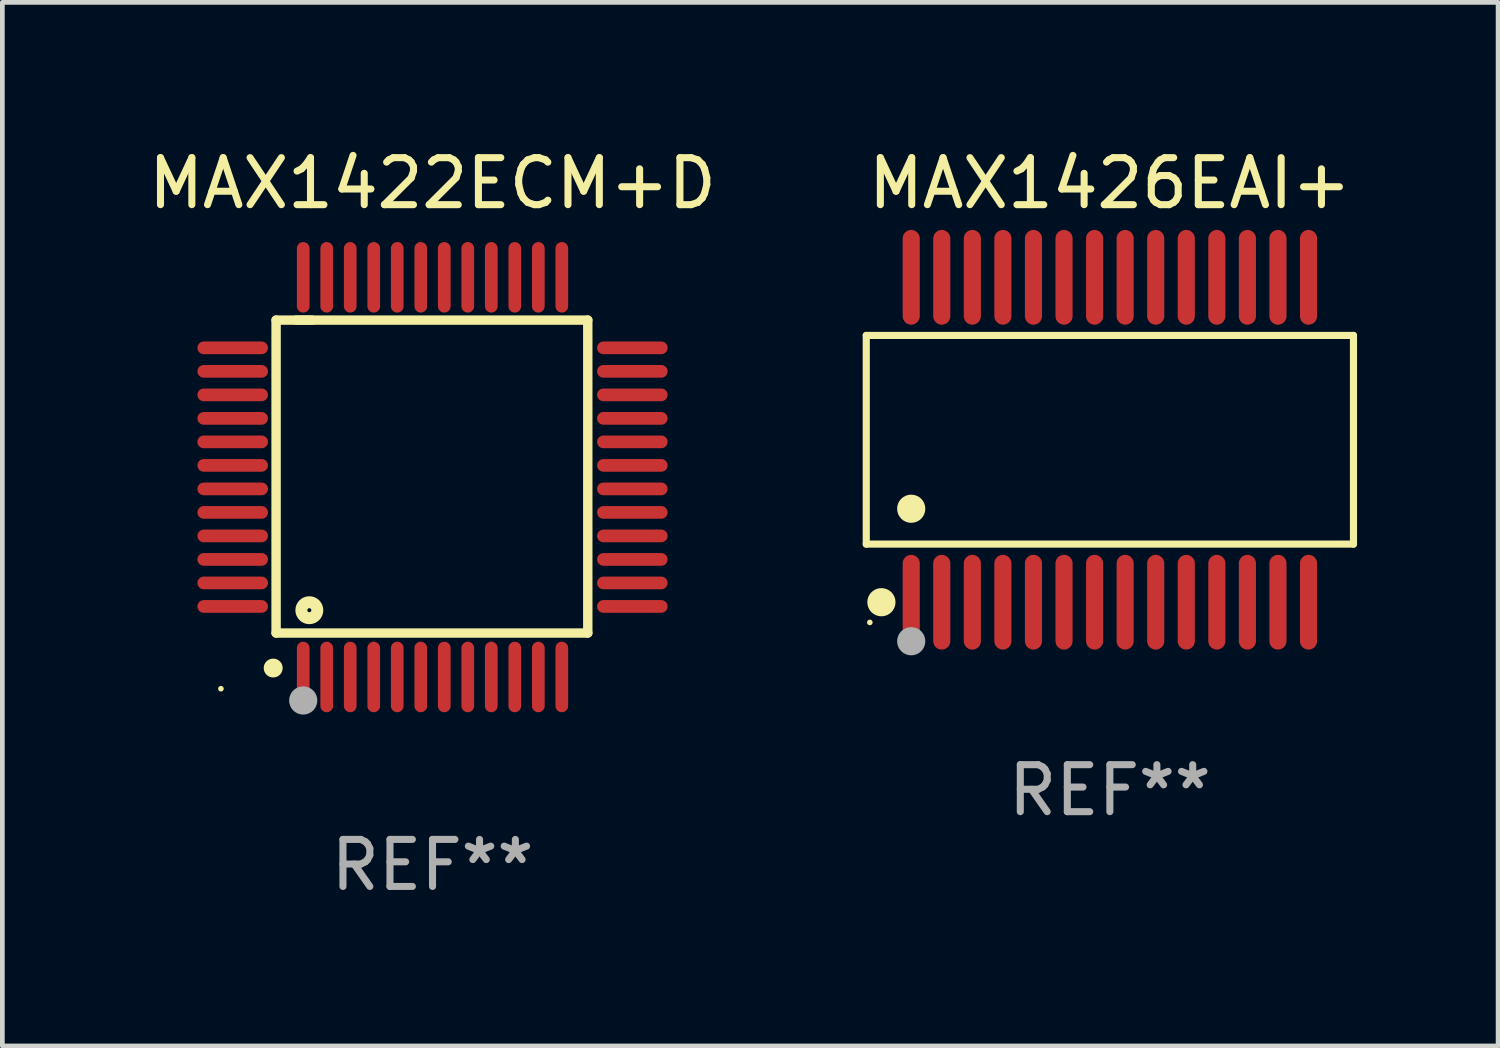
<source format=kicad_pcb>
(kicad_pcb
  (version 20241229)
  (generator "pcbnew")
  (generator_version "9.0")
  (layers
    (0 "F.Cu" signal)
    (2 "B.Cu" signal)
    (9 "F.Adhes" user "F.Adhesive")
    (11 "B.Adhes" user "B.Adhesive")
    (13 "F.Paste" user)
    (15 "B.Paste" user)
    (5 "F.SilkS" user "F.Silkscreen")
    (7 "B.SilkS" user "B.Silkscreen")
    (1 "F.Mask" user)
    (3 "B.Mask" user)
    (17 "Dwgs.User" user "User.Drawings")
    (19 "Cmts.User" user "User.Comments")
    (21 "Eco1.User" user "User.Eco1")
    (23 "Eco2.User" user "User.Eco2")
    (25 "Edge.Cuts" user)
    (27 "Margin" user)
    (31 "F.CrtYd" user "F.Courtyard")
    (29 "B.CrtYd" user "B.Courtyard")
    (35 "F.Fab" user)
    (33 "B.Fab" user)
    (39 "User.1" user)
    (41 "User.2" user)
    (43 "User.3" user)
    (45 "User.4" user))
  (footprint "MAX1426EAI+"
    (layer "F.Cu")
    (at 20.555 6.303)
    (property "Reference" "MAX1426EAI+" (at 0 -5.455 0) (layer "F.SilkS") (effects (font (size 1 1) (thickness 0.15))))
    (attr through_hole)
    (fp_line (start -5.181 -2.219) (end 5.181 -2.219) (stroke (width 0.152) (type solid)) (layer "F.SilkS"))
    (fp_line (start -5.181 2.219) (end -5.181 -2.219) (stroke (width 0.152) (type solid)) (layer "F.SilkS"))
    (fp_line (start 5.181 -2.219) (end 5.181 2.219) (stroke (width 0.152) (type solid)) (layer "F.SilkS"))
    (fp_line (start 5.181 2.219) (end -5.181 2.219) (stroke (width 0.152) (type solid)) (layer "F.SilkS"))
    (fp_circle (center -5.105 3.885) (end -5.075 3.885) (stroke (width 0.06) (type solid)) (fill no) (layer "F.SilkS"))
    (fp_circle (center -4.859 3.455) (end -4.709 3.455) (stroke (width 0.3) (type solid)) (fill no) (layer "F.SilkS"))
    (fp_circle (center -4.225 1.467) (end -4.075 1.467) (stroke (width 0.3) (type solid)) (fill no) (layer "F.SilkS"))
    (fp_circle (center -4.225 4.285) (end -4.075 4.285) (stroke (width 0.3) (type solid)) (fill no) (layer "F.Fab"))
    (fp_text user "REF**" (at 0 7.455 0) (layer "F.Fab") (effects (font (size 1 1) (thickness 0.15))))
    (pad "1" smd oval (at -4.225 3.455) (size 0.364 2.015) (layers "F.Cu" "F.Mask" "F.Paste"))
    (pad "2" smd oval (at -3.575 3.455) (size 0.364 2.015) (layers "F.Cu" "F.Mask" "F.Paste"))
    (pad "3" smd oval (at -2.925 3.455) (size 0.364 2.015) (layers "F.Cu" "F.Mask" "F.Paste"))
    (pad "4" smd oval (at -2.275 3.455) (size 0.364 2.015) (layers "F.Cu" "F.Mask" "F.Paste"))
    (pad "5" smd oval (at -1.625 3.455) (size 0.364 2.015) (layers "F.Cu" "F.Mask" "F.Paste"))
    (pad "6" smd oval (at -0.975 3.455) (size 0.364 2.015) (layers "F.Cu" "F.Mask" "F.Paste"))
    (pad "7" smd oval (at -0.325 3.455) (size 0.364 2.015) (layers "F.Cu" "F.Mask" "F.Paste"))
    (pad "8" smd oval (at 0.325 3.455) (size 0.364 2.015) (layers "F.Cu" "F.Mask" "F.Paste"))
    (pad "9" smd oval (at 0.975 3.455) (size 0.364 2.015) (layers "F.Cu" "F.Mask" "F.Paste"))
    (pad "10" smd oval (at 1.625 3.455) (size 0.364 2.015) (layers "F.Cu" "F.Mask" "F.Paste"))
    (pad "11" smd oval (at 2.275 3.455) (size 0.364 2.015) (layers "F.Cu" "F.Mask" "F.Paste"))
    (pad "12" smd oval (at 2.925 3.455) (size 0.364 2.015) (layers "F.Cu" "F.Mask" "F.Paste"))
    (pad "13" smd oval (at 3.575 3.455) (size 0.364 2.015) (layers "F.Cu" "F.Mask" "F.Paste"))
    (pad "14" smd oval (at 4.225 3.455) (size 0.364 2.015) (layers "F.Cu" "F.Mask" "F.Paste"))
    (pad "15" smd oval (at 4.225 -3.455) (size 0.364 2.015) (layers "F.Cu" "F.Mask" "F.Paste"))
    (pad "16" smd oval (at 3.575 -3.455) (size 0.364 2.015) (layers "F.Cu" "F.Mask" "F.Paste"))
    (pad "17" smd oval (at 2.925 -3.455) (size 0.364 2.015) (layers "F.Cu" "F.Mask" "F.Paste"))
    (pad "18" smd oval (at 2.275 -3.455) (size 0.364 2.015) (layers "F.Cu" "F.Mask" "F.Paste"))
    (pad "19" smd oval (at 1.625 -3.455) (size 0.364 2.015) (layers "F.Cu" "F.Mask" "F.Paste"))
    (pad "20" smd oval (at 0.975 -3.455) (size 0.364 2.015) (layers "F.Cu" "F.Mask" "F.Paste"))
    (pad "21" smd oval (at 0.325 -3.455) (size 0.364 2.015) (layers "F.Cu" "F.Mask" "F.Paste"))
    (pad "22" smd oval (at -0.325 -3.455) (size 0.364 2.015) (layers "F.Cu" "F.Mask" "F.Paste"))
    (pad "23" smd oval (at -0.975 -3.455) (size 0.364 2.015) (layers "F.Cu" "F.Mask" "F.Paste"))
    (pad "24" smd oval (at -1.625 -3.455) (size 0.364 2.015) (layers "F.Cu" "F.Mask" "F.Paste"))
    (pad "25" smd oval (at -2.275 -3.455) (size 0.364 2.015) (layers "F.Cu" "F.Mask" "F.Paste"))
    (pad "26" smd oval (at -2.925 -3.455) (size 0.364 2.015) (layers "F.Cu" "F.Mask" "F.Paste"))
    (pad "27" smd oval (at -3.575 -3.455) (size 0.364 2.015) (layers "F.Cu" "F.Mask" "F.Paste"))
    (pad "28" smd oval (at -4.225 -3.455) (size 0.364 2.015) (layers "F.Cu" "F.Mask" "F.Paste")))
  (footprint "MAX1422ECM+D"
    (layer "F.Cu")
    (at 6.149 7.098)
    (property "Reference" "MAX1422ECM+D" (at 0 -6.25 0) (layer "F.SilkS") (effects (font (size 1 1) (thickness 0.15))))
    (attr through_hole)
    (fp_line (start -3.327 -3.34) (end -2.565 -3.34) (stroke (width 0.2) (type solid)) (layer "F.SilkS"))
    (fp_line (start -3.327 3.315) (end -3.327 -3.34) (stroke (width 0.2) (type solid)) (layer "F.SilkS"))
    (fp_line (start -2.896 -3.34) (end 3.302 -3.34) (stroke (width 0.2) (type solid)) (layer "F.SilkS"))
    (fp_line (start 3.302 -3.34) (end 3.302 3.315) (stroke (width 0.2) (type solid)) (layer "F.SilkS"))
    (fp_line (start 3.302 3.315) (end -3.327 3.315) (stroke (width 0.2) (type solid)) (layer "F.SilkS"))
    (fp_arc (start -3.389992 4.059995) (mid -3.388722 4.059991) (end -3.387452 4.059995) (stroke (width 0.4) (type solid)) (layer "F.SilkS"))
    (fp_circle (center -4.5 4.5) (end -4.47 4.5) (stroke (width 0.06) (type solid)) (fill no) (layer "F.SilkS"))
    (fp_circle (center -2.62 2.83) (end -2.45 2.83) (stroke (width 0.254) (type solid)) (fill no) (layer "F.SilkS"))
    (fp_circle (center -2.75 4.75) (end -2.6 4.75) (stroke (width 0.3) (type solid)) (fill no) (layer "F.Fab"))
    (fp_text user "REF**" (at 0 8.25 0) (layer "F.Fab") (effects (font (size 1 1) (thickness 0.15))))
    (pad "1" smd oval (at -2.75 4.25) (size 0.27 1.5) (layers "F.Cu" "F.Mask" "F.Paste"))
    (pad "2" smd oval (at -2.25 4.25) (size 0.27 1.5) (layers "F.Cu" "F.Mask" "F.Paste"))
    (pad "3" smd oval (at -1.75 4.25) (size 0.27 1.5) (layers "F.Cu" "F.Mask" "F.Paste"))
    (pad "4" smd oval (at -1.25 4.25) (size 0.27 1.5) (layers "F.Cu" "F.Mask" "F.Paste"))
    (pad "5" smd oval (at -0.75 4.25) (size 0.27 1.5) (layers "F.Cu" "F.Mask" "F.Paste"))
    (pad "6" smd oval (at -0.25 4.25) (size 0.27 1.5) (layers "F.Cu" "F.Mask" "F.Paste"))
    (pad "7" smd oval (at 0.25 4.25) (size 0.27 1.5) (layers "F.Cu" "F.Mask" "F.Paste"))
    (pad "8" smd oval (at 0.75 4.25) (size 0.27 1.5) (layers "F.Cu" "F.Mask" "F.Paste"))
    (pad "9" smd oval (at 1.25 4.25) (size 0.27 1.5) (layers "F.Cu" "F.Mask" "F.Paste"))
    (pad "10" smd oval (at 1.75 4.25) (size 0.27 1.5) (layers "F.Cu" "F.Mask" "F.Paste"))
    (pad "11" smd oval (at 2.25 4.25) (size 0.27 1.5) (layers "F.Cu" "F.Mask" "F.Paste"))
    (pad "12" smd oval (at 2.75 4.25) (size 0.27 1.5) (layers "F.Cu" "F.Mask" "F.Paste"))
    (pad "13" smd oval (at 4.25 2.75) (size 1.5 0.27) (layers "F.Cu" "F.Mask" "F.Paste"))
    (pad "14" smd oval (at 4.25 2.25) (size 1.5 0.27) (layers "F.Cu" "F.Mask" "F.Paste"))
    (pad "15" smd oval (at 4.25 1.75) (size 1.5 0.27) (layers "F.Cu" "F.Mask" "F.Paste"))
    (pad "16" smd oval (at 4.25 1.25) (size 1.5 0.27) (layers "F.Cu" "F.Mask" "F.Paste"))
    (pad "17" smd oval (at 4.25 0.75) (size 1.5 0.27) (layers "F.Cu" "F.Mask" "F.Paste"))
    (pad "18" smd oval (at 4.25 0.25) (size 1.5 0.27) (layers "F.Cu" "F.Mask" "F.Paste"))
    (pad "19" smd oval (at 4.25 -0.25) (size 1.5 0.27) (layers "F.Cu" "F.Mask" "F.Paste"))
    (pad "20" smd oval (at 4.25 -0.75) (size 1.5 0.27) (layers "F.Cu" "F.Mask" "F.Paste"))
    (pad "21" smd oval (at 4.25 -1.25) (size 1.5 0.27) (layers "F.Cu" "F.Mask" "F.Paste"))
    (pad "22" smd oval (at 4.25 -1.75) (size 1.5 0.27) (layers "F.Cu" "F.Mask" "F.Paste"))
    (pad "23" smd oval (at 4.25 -2.25) (size 1.5 0.27) (layers "F.Cu" "F.Mask" "F.Paste"))
    (pad "24" smd oval (at 4.25 -2.75) (size 1.5 0.27) (layers "F.Cu" "F.Mask" "F.Paste"))
    (pad "25" smd oval (at 2.75 -4.25) (size 0.27 1.5) (layers "F.Cu" "F.Mask" "F.Paste"))
    (pad "26" smd oval (at 2.25 -4.25) (size 0.27 1.5) (layers "F.Cu" "F.Mask" "F.Paste"))
    (pad "27" smd oval (at 1.75 -4.25) (size 0.27 1.5) (layers "F.Cu" "F.Mask" "F.Paste"))
    (pad "28" smd oval (at 1.25 -4.25) (size 0.27 1.5) (layers "F.Cu" "F.Mask" "F.Paste"))
    (pad "29" smd oval (at 0.75 -4.25) (size 0.27 1.5) (layers "F.Cu" "F.Mask" "F.Paste"))
    (pad "30" smd oval (at 0.25 -4.25) (size 0.27 1.5) (layers "F.Cu" "F.Mask" "F.Paste"))
    (pad "31" smd oval (at -0.25 -4.25) (size 0.27 1.5) (layers "F.Cu" "F.Mask" "F.Paste"))
    (pad "32" smd oval (at -0.75 -4.25) (size 0.27 1.5) (layers "F.Cu" "F.Mask" "F.Paste"))
    (pad "33" smd oval (at -1.25 -4.25) (size 0.27 1.5) (layers "F.Cu" "F.Mask" "F.Paste"))
    (pad "34" smd oval (at -1.75 -4.25) (size 0.27 1.5) (layers "F.Cu" "F.Mask" "F.Paste"))
    (pad "35" smd oval (at -2.25 -4.25) (size 0.27 1.5) (layers "F.Cu" "F.Mask" "F.Paste"))
    (pad "36" smd oval (at -2.75 -4.25) (size 0.27 1.5) (layers "F.Cu" "F.Mask" "F.Paste"))
    (pad "37" smd oval (at -4.25 -2.75) (size 1.5 0.27) (layers "F.Cu" "F.Mask" "F.Paste"))
    (pad "38" smd oval (at -4.25 -2.25) (size 1.5 0.27) (layers "F.Cu" "F.Mask" "F.Paste"))
    (pad "39" smd oval (at -4.25 -1.75) (size 1.5 0.27) (layers "F.Cu" "F.Mask" "F.Paste"))
    (pad "40" smd oval (at -4.25 -1.25) (size 1.5 0.27) (layers "F.Cu" "F.Mask" "F.Paste"))
    (pad "41" smd oval (at -4.25 -0.75) (size 1.5 0.27) (layers "F.Cu" "F.Mask" "F.Paste"))
    (pad "42" smd oval (at -4.25 -0.25) (size 1.5 0.27) (layers "F.Cu" "F.Mask" "F.Paste"))
    (pad "43" smd oval (at -4.25 0.25) (size 1.5 0.27) (layers "F.Cu" "F.Mask" "F.Paste"))
    (pad "44" smd oval (at -4.25 0.75) (size 1.5 0.27) (layers "F.Cu" "F.Mask" "F.Paste"))
    (pad "45" smd oval (at -4.25 1.25) (size 1.5 0.27) (layers "F.Cu" "F.Mask" "F.Paste"))
    (pad "46" smd oval (at -4.25 1.75) (size 1.5 0.27) (layers "F.Cu" "F.Mask" "F.Paste"))
    (pad "47" smd oval (at -4.25 2.25) (size 1.5 0.27) (layers "F.Cu" "F.Mask" "F.Paste"))
    (pad "48" smd oval (at -4.25 2.75) (size 1.5 0.27) (layers "F.Cu" "F.Mask" "F.Paste")))
  (gr_rect
    (start -3 -3)
    (end 28.812 19.196)
    (stroke (width 0.1) (type default))
    (fill no)
    (layer "Edge.Cuts")))
</source>
